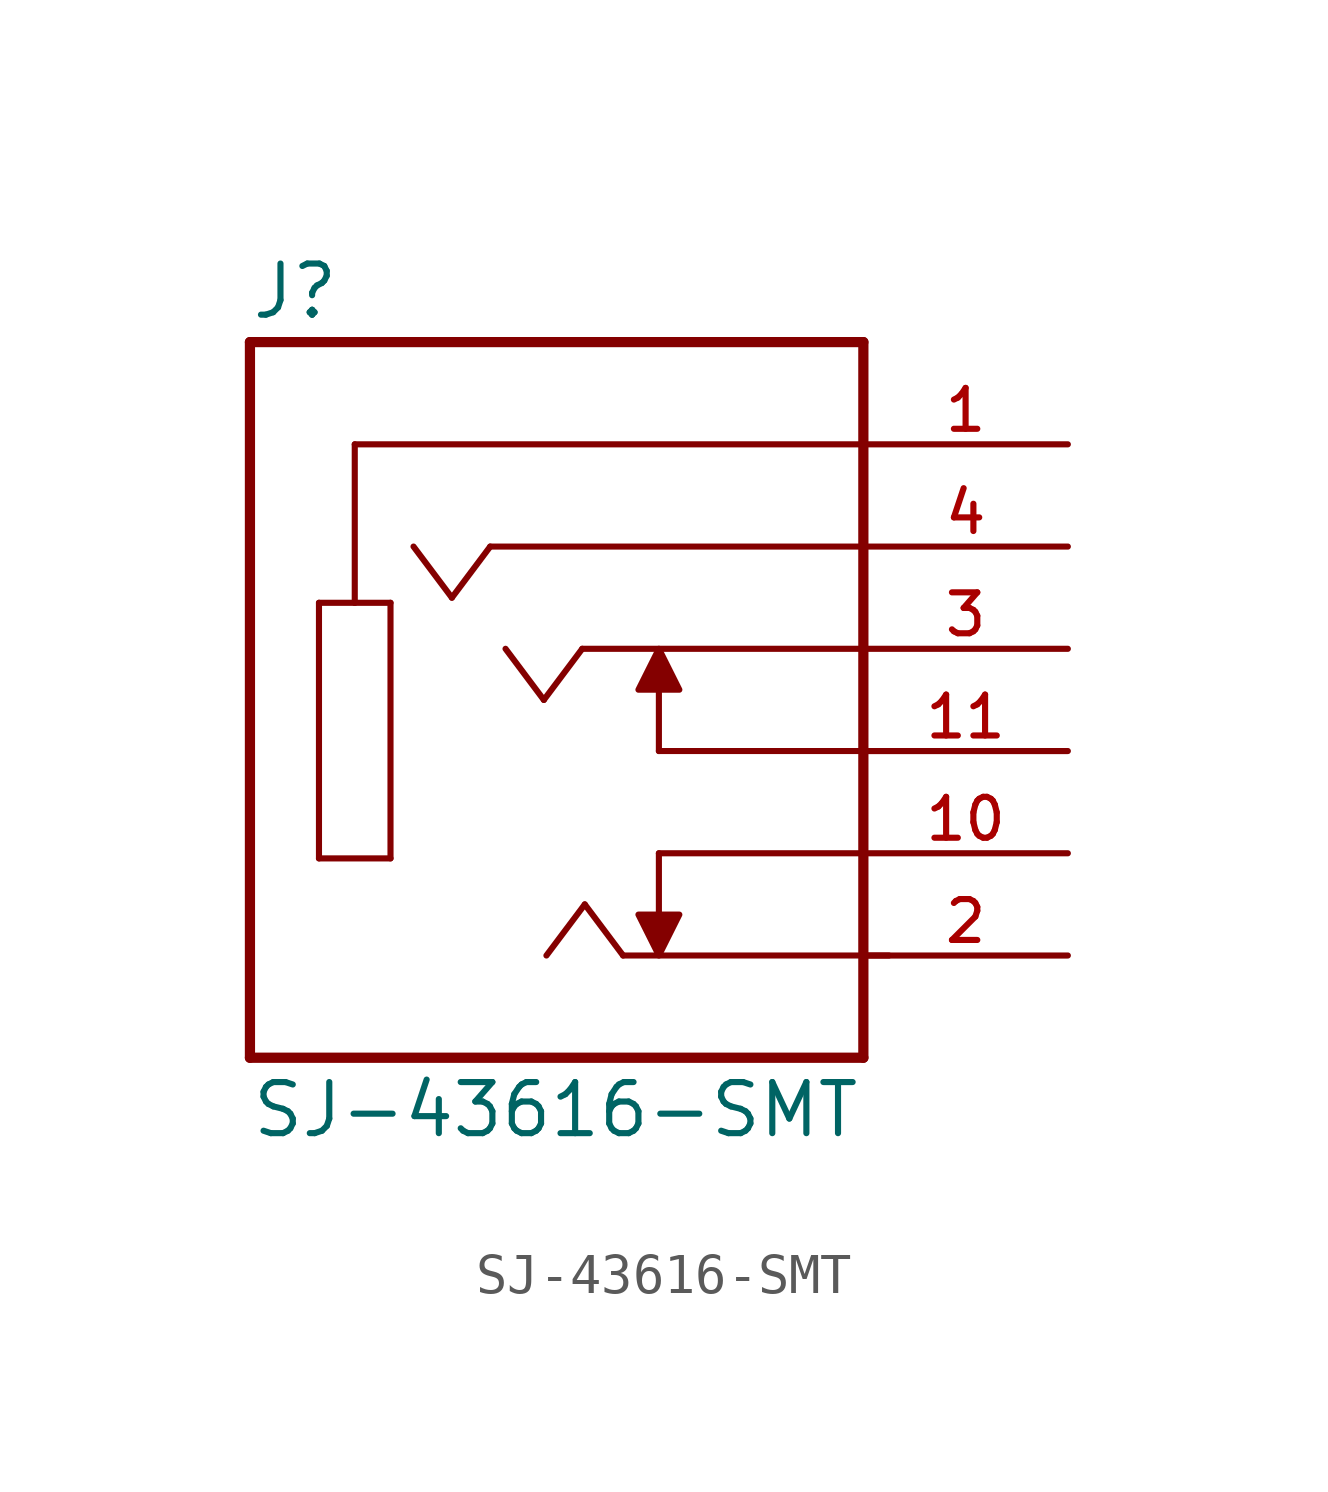
<source format=kicad_sym>
(kicad_symbol_lib
  (version 20211014)
  (generator kicad_symbol_editor)
  (symbol "SJ-43616-SMT"
    (pin_names
      (offset 1.016))
    (property "Reference" "J"
      (at -7.627 10.678 0)
      (effects (font (size 1.27 1.27)) (justify bottom left)))
    (property "Value" "SJ-43616-SMT"
      (at -7.624 -9.657 0)
      (effects (font (size 1.27 1.27)) (justify bottom left)))
    (symbol "SJ-43616-SMT_0_0"
      (polyline (pts (xy 7.62 7.62) (xy -5.016 7.62)) (stroke (width 0.152)))
      (polyline (pts (xy -5.016 7.62) (xy -5.016 3.683)) (stroke (width 0.152)))
      (polyline (pts (xy -5.016 3.683) (xy -4.128 3.683)) (stroke (width 0.152)))
      (polyline (pts (xy -4.128 3.683) (xy -4.128 -2.667)) (stroke (width 0.152)))
      (polyline (pts (xy -4.128 -2.667) (xy -5.905 -2.667)) (stroke (width 0.152)))
      (polyline (pts (xy -5.905 -2.667) (xy -5.905 3.683)) (stroke (width 0.152)))
      (polyline (pts (xy -5.905 3.683) (xy -5.016 3.683)) (stroke (width 0.152)))
      (polyline (pts (xy 7.62 -7.62) (xy 7.62 2.54)) (stroke (width 0.254)))
      (polyline (pts (xy 7.62 2.54) (xy 7.62 5.08)) (stroke (width 0.254)))
      (polyline (pts (xy 7.62 5.08) (xy 7.62 7.62)) (stroke (width 0.254)))
      (polyline (pts (xy 7.62 7.62) (xy 7.62 10.16)) (stroke (width 0.254)))
      (polyline (pts (xy 7.62 10.16) (xy -7.62 10.16)) (stroke (width 0.254)))
      (polyline (pts (xy -7.62 10.16) (xy -7.62 -7.62)) (stroke (width 0.254)))
      (polyline (pts (xy -7.62 -7.62) (xy 7.62 -7.62)) (stroke (width 0.254)))
      (polyline (pts (xy 7.62 0.0) (xy 2.54 0.0)) (stroke (width 0.152)))
      (polyline (pts (xy 2.54 0.0) (xy 2.54 1.524)) (stroke (width 0.152)))
      (polyline (pts (xy 2.032 1.524) (xy 3.048 1.524) (xy 2.54 2.54) (xy 2.032 1.524)) (stroke (width 0.152)) (fill (type outline)))
      (polyline (pts (xy 7.62 -2.54) (xy 2.54 -2.54)) (stroke (width 0.152)))
      (polyline (pts (xy 2.54 -2.54) (xy 2.54 -4.064)) (stroke (width 0.152)))
      (polyline (pts (xy 2.032 -4.064) (xy 3.048 -4.064) (xy 2.54 -5.08) (xy 2.032 -4.064)) (stroke (width 0.152)) (fill (type outline)))
      (polyline (pts (xy 7.62 2.54) (xy 0.635 2.54)) (stroke (width 0.152)))
      (polyline (pts (xy 0.635 2.54) (xy -0.318 1.27)) (stroke (width 0.152)))
      (polyline (pts (xy -0.318 1.27) (xy -1.27 2.54)) (stroke (width 0.152)))
      (polyline (pts (xy 8.255 -5.08) (xy 1.651 -5.08)) (stroke (width 0.152)))
      (polyline (pts (xy 1.651 -5.08) (xy 0.699 -3.81)) (stroke (width 0.152)))
      (polyline (pts (xy 0.699 -3.81) (xy -0.254 -5.08)) (stroke (width 0.152)))
      (polyline (pts (xy 7.62 5.08) (xy -1.651 5.08)) (stroke (width 0.152)))
      (polyline (pts (xy -1.651 5.08) (xy -2.603 3.81)) (stroke (width 0.152)))
      (polyline (pts (xy -2.603 3.81) (xy -3.556 5.08)) (stroke (width 0.152)))
      (pin passive line (at 12.7 7.62 180.0) (length 5.08) (name "~" (effects (font (size 1.016 1.016)))) (number "1" (effects (font (size 1.016 1.016)))))
      (pin passive line (at 12.7 -5.08 180.0) (length 5.08) (name "~" (effects (font (size 1.016 1.016)))) (number "2" (effects (font (size 1.016 1.016)))))
      (pin passive line (at 12.7 2.54 180.0) (length 5.08) (name "~" (effects (font (size 1.016 1.016)))) (number "3" (effects (font (size 1.016 1.016)))))
      (pin passive line (at 12.7 0.0 180.0) (length 5.08) (name "~" (effects (font (size 1.016 1.016)))) (number "11" (effects (font (size 1.016 1.016)))))
      (pin passive line (at 12.7 -2.54 180.0) (length 5.08) (name "~" (effects (font (size 1.016 1.016)))) (number "10" (effects (font (size 1.016 1.016)))))
      (pin passive line (at 12.7 5.08 180.0) (length 5.08) (name "~" (effects (font (size 1.016 1.016)))) (number "4" (effects (font (size 1.016 1.016))))))))
</source>
